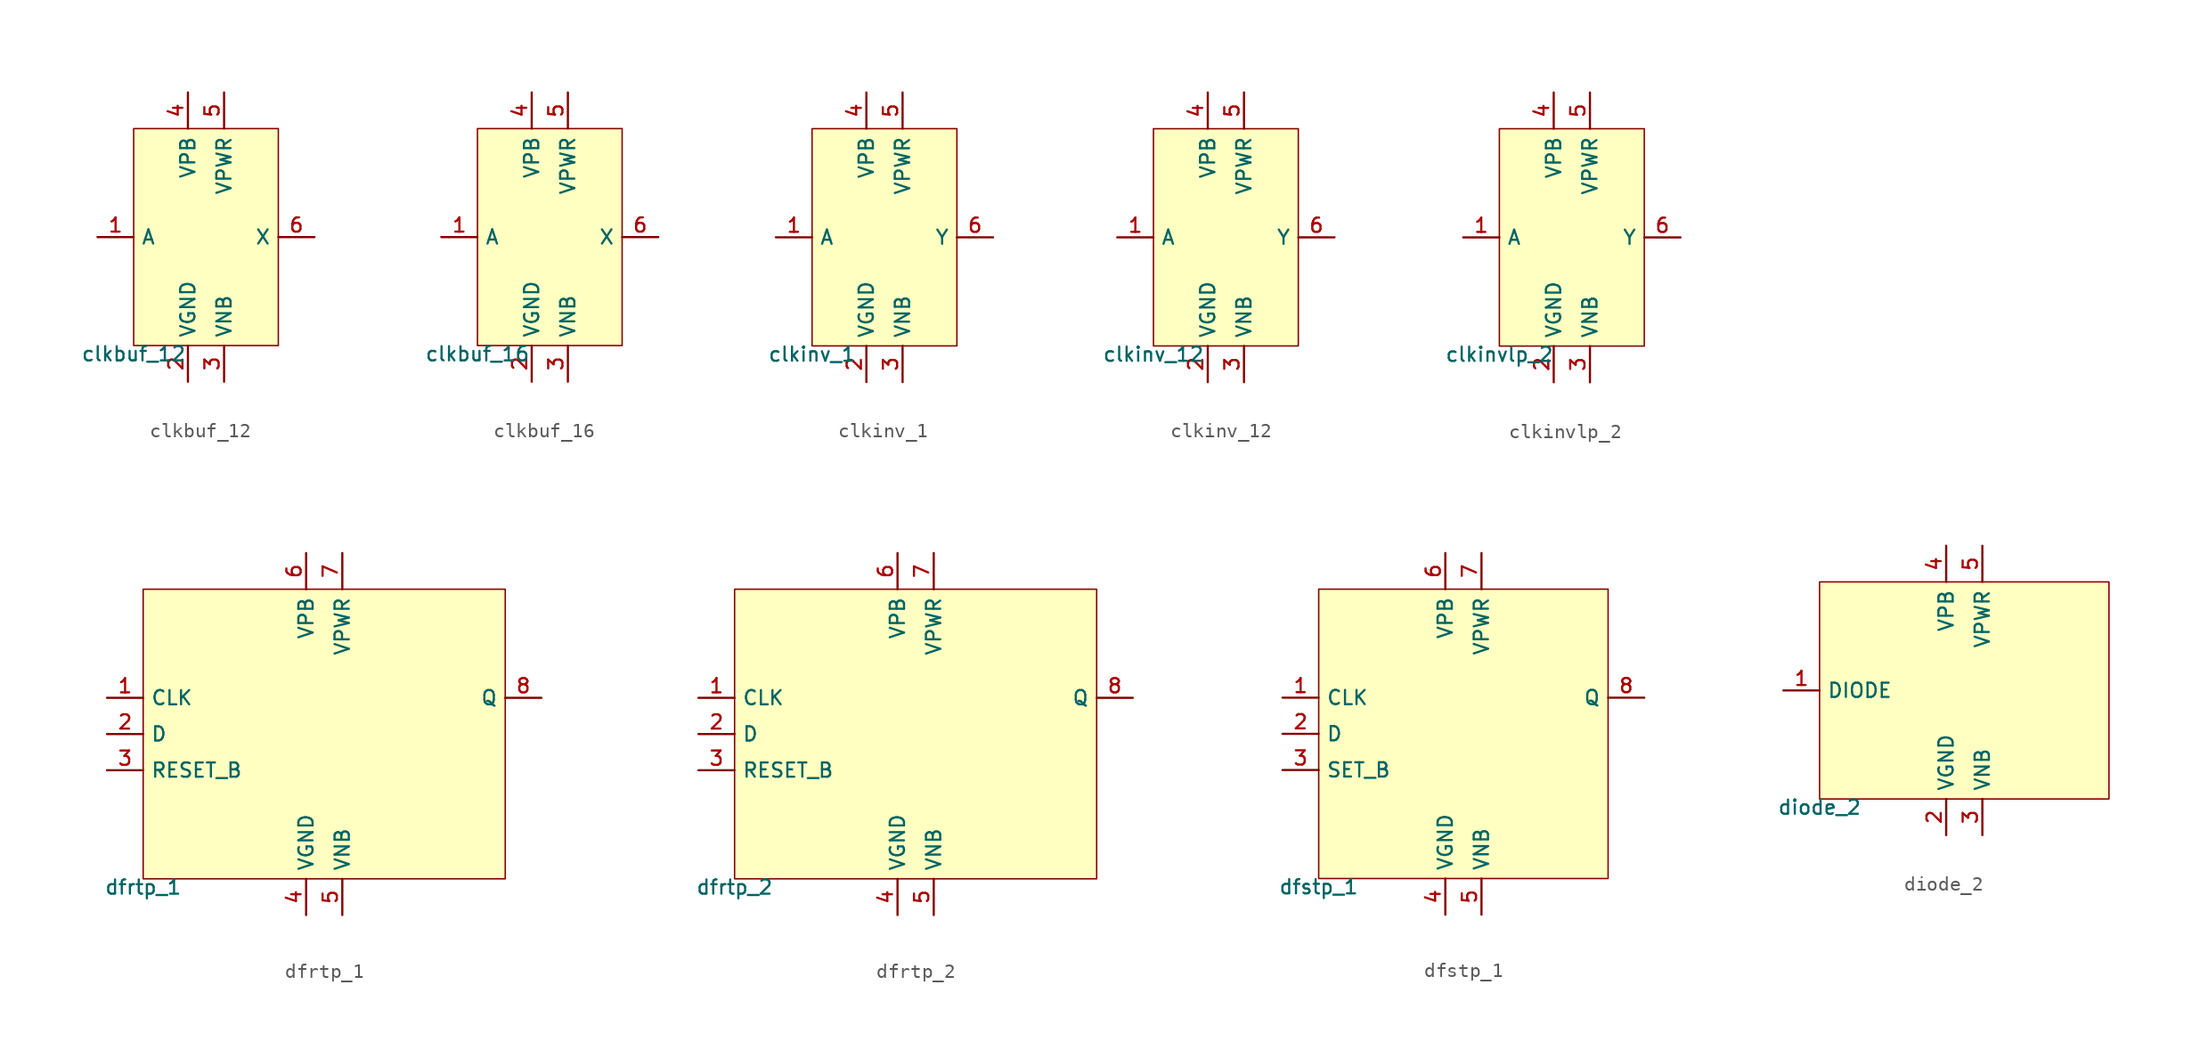
<source format=kicad_sym>
(kicad_symbol_lib
  (version 20211014)
  (generator pdk2kicad)
  (symbol "clkbuf_12"
    (property "Reference" "X"
      (at 0 0 0)
      (effects (font (size 1 1)) hide))
    (property "Value" "clkbuf_12"
      (at -5.08 -7.62 0)
      (effects (font (size 1 1)) (justify top)))
    (rectangle
      (start -5.08 -7.62)
      (end 5.08 7.62)
      (stroke (width 0.1) (type solid) (color 0 0 0 0))
      (fill (type background)))
    (pin input line
      (at -7.62 0.0 0)
      (length 2.54)
      (name "A" (effects (font (size 1 1)) hide))
      (number "1" (effects (font (size 1 1)) hide)))
    (pin power_in line
      (at -1.27 -10.16 90)
      (length 2.54)
      (name "VGND" (effects (font (size 1 1)) hide))
      (number "2" (effects (font (size 1 1)) hide)))
    (pin power_in line
      (at 1.27 -10.16 90)
      (length 2.54)
      (name "VNB" (effects (font (size 1 1)) hide))
      (number "3" (effects (font (size 1 1)) hide)))
    (pin power_in line
      (at -1.27 10.16 270)
      (length 2.54)
      (name "VPB" (effects (font (size 1 1)) hide))
      (number "4" (effects (font (size 1 1)) hide)))
    (pin power_in line
      (at 1.27 10.16 270)
      (length 2.54)
      (name "VPWR" (effects (font (size 1 1)) hide))
      (number "5" (effects (font (size 1 1)) hide)))
    (pin output line
      (at 7.62 0.0 180)
      (length 2.54)
      (name "X" (effects (font (size 1 1)) hide))
      (number "6" (effects (font (size 1 1)) hide))))
  (symbol "clkbuf_16"
    (property "Reference" "X"
      (at 0 0 0)
      (effects (font (size 1 1)) hide))
    (property "Value" "clkbuf_16"
      (at -5.08 -7.62 0)
      (effects (font (size 1 1)) (justify top)))
    (rectangle
      (start -5.08 -7.62)
      (end 5.08 7.62)
      (stroke (width 0.1) (type solid) (color 0 0 0 0))
      (fill (type background)))
    (pin input line
      (at -7.62 0.0 0)
      (length 2.54)
      (name "A" (effects (font (size 1 1)) hide))
      (number "1" (effects (font (size 1 1)) hide)))
    (pin power_in line
      (at -1.27 -10.16 90)
      (length 2.54)
      (name "VGND" (effects (font (size 1 1)) hide))
      (number "2" (effects (font (size 1 1)) hide)))
    (pin power_in line
      (at 1.27 -10.16 90)
      (length 2.54)
      (name "VNB" (effects (font (size 1 1)) hide))
      (number "3" (effects (font (size 1 1)) hide)))
    (pin power_in line
      (at -1.27 10.16 270)
      (length 2.54)
      (name "VPB" (effects (font (size 1 1)) hide))
      (number "4" (effects (font (size 1 1)) hide)))
    (pin power_in line
      (at 1.27 10.16 270)
      (length 2.54)
      (name "VPWR" (effects (font (size 1 1)) hide))
      (number "5" (effects (font (size 1 1)) hide)))
    (pin output line
      (at 7.62 0.0 180)
      (length 2.54)
      (name "X" (effects (font (size 1 1)) hide))
      (number "6" (effects (font (size 1 1)) hide))))
  (symbol "clkinv_1"
    (property "Reference" "X"
      (at 0 0 0)
      (effects (font (size 1 1)) hide))
    (property "Value" "clkinv_1"
      (at -5.08 -7.62 0)
      (effects (font (size 1 1)) (justify top)))
    (rectangle
      (start -5.08 -7.62)
      (end 5.08 7.62)
      (stroke (width 0.1) (type solid) (color 0 0 0 0))
      (fill (type background)))
    (pin input line
      (at -7.62 0.0 0)
      (length 2.54)
      (name "A" (effects (font (size 1 1)) hide))
      (number "1" (effects (font (size 1 1)) hide)))
    (pin power_in line
      (at -1.27 -10.16 90)
      (length 2.54)
      (name "VGND" (effects (font (size 1 1)) hide))
      (number "2" (effects (font (size 1 1)) hide)))
    (pin power_in line
      (at 1.27 -10.16 90)
      (length 2.54)
      (name "VNB" (effects (font (size 1 1)) hide))
      (number "3" (effects (font (size 1 1)) hide)))
    (pin power_in line
      (at -1.27 10.16 270)
      (length 2.54)
      (name "VPB" (effects (font (size 1 1)) hide))
      (number "4" (effects (font (size 1 1)) hide)))
    (pin power_in line
      (at 1.27 10.16 270)
      (length 2.54)
      (name "VPWR" (effects (font (size 1 1)) hide))
      (number "5" (effects (font (size 1 1)) hide)))
    (pin output line
      (at 7.62 0.0 180)
      (length 2.54)
      (name "Y" (effects (font (size 1 1)) hide))
      (number "6" (effects (font (size 1 1)) hide))))
  (symbol "clkinv_12"
    (property "Reference" "X"
      (at 0 0 0)
      (effects (font (size 1 1)) hide))
    (property "Value" "clkinv_12"
      (at -5.08 -7.62 0)
      (effects (font (size 1 1)) (justify top)))
    (rectangle
      (start -5.08 -7.62)
      (end 5.08 7.62)
      (stroke (width 0.1) (type solid) (color 0 0 0 0))
      (fill (type background)))
    (pin input line
      (at -7.62 0.0 0)
      (length 2.54)
      (name "A" (effects (font (size 1 1)) hide))
      (number "1" (effects (font (size 1 1)) hide)))
    (pin power_in line
      (at -1.27 -10.16 90)
      (length 2.54)
      (name "VGND" (effects (font (size 1 1)) hide))
      (number "2" (effects (font (size 1 1)) hide)))
    (pin power_in line
      (at 1.27 -10.16 90)
      (length 2.54)
      (name "VNB" (effects (font (size 1 1)) hide))
      (number "3" (effects (font (size 1 1)) hide)))
    (pin power_in line
      (at -1.27 10.16 270)
      (length 2.54)
      (name "VPB" (effects (font (size 1 1)) hide))
      (number "4" (effects (font (size 1 1)) hide)))
    (pin power_in line
      (at 1.27 10.16 270)
      (length 2.54)
      (name "VPWR" (effects (font (size 1 1)) hide))
      (number "5" (effects (font (size 1 1)) hide)))
    (pin output line
      (at 7.62 0.0 180)
      (length 2.54)
      (name "Y" (effects (font (size 1 1)) hide))
      (number "6" (effects (font (size 1 1)) hide))))
  (symbol "clkinvlp_2"
    (property "Reference" "X"
      (at 0 0 0)
      (effects (font (size 1 1)) hide))
    (property "Value" "clkinvlp_2"
      (at -5.08 -7.62 0)
      (effects (font (size 1 1)) (justify top)))
    (rectangle
      (start -5.08 -7.62)
      (end 5.08 7.62)
      (stroke (width 0.1) (type solid) (color 0 0 0 0))
      (fill (type background)))
    (pin input line
      (at -7.62 0.0 0)
      (length 2.54)
      (name "A" (effects (font (size 1 1)) hide))
      (number "1" (effects (font (size 1 1)) hide)))
    (pin power_in line
      (at -1.27 -10.16 90)
      (length 2.54)
      (name "VGND" (effects (font (size 1 1)) hide))
      (number "2" (effects (font (size 1 1)) hide)))
    (pin power_in line
      (at 1.27 -10.16 90)
      (length 2.54)
      (name "VNB" (effects (font (size 1 1)) hide))
      (number "3" (effects (font (size 1 1)) hide)))
    (pin power_in line
      (at -1.27 10.16 270)
      (length 2.54)
      (name "VPB" (effects (font (size 1 1)) hide))
      (number "4" (effects (font (size 1 1)) hide)))
    (pin power_in line
      (at 1.27 10.16 270)
      (length 2.54)
      (name "VPWR" (effects (font (size 1 1)) hide))
      (number "5" (effects (font (size 1 1)) hide)))
    (pin output line
      (at 7.62 0.0 180)
      (length 2.54)
      (name "Y" (effects (font (size 1 1)) hide))
      (number "6" (effects (font (size 1 1)) hide))))
  (symbol "dfrtp_1"
    (property "Reference" "X"
      (at 0 0 0)
      (effects (font (size 1 1)) hide))
    (property "Value" "dfrtp_1"
      (at -12.7 -10.16 0)
      (effects (font (size 1 1)) (justify top)))
    (rectangle
      (start -12.7 -10.16)
      (end 12.7 10.16)
      (stroke (width 0.1) (type solid) (color 0 0 0 0))
      (fill (type background)))
    (pin input line
      (at -15.24 2.54 0)
      (length 2.54)
      (name "CLK" (effects (font (size 1 1)) hide))
      (number "1" (effects (font (size 1 1)) hide)))
    (pin input line
      (at -15.24 0.0 0)
      (length 2.54)
      (name "D" (effects (font (size 1 1)) hide))
      (number "2" (effects (font (size 1 1)) hide)))
    (pin input line
      (at -15.24 -2.54 0)
      (length 2.54)
      (name "RESET_B" (effects (font (size 1 1)) hide))
      (number "3" (effects (font (size 1 1)) hide)))
    (pin power_in line
      (at -1.27 -12.7 90)
      (length 2.54)
      (name "VGND" (effects (font (size 1 1)) hide))
      (number "4" (effects (font (size 1 1)) hide)))
    (pin power_in line
      (at 1.27 -12.7 90)
      (length 2.54)
      (name "VNB" (effects (font (size 1 1)) hide))
      (number "5" (effects (font (size 1 1)) hide)))
    (pin power_in line
      (at -1.27 12.7 270)
      (length 2.54)
      (name "VPB" (effects (font (size 1 1)) hide))
      (number "6" (effects (font (size 1 1)) hide)))
    (pin power_in line
      (at 1.27 12.7 270)
      (length 2.54)
      (name "VPWR" (effects (font (size 1 1)) hide))
      (number "7" (effects (font (size 1 1)) hide)))
    (pin output line
      (at 15.24 2.54 180)
      (length 2.54)
      (name "Q" (effects (font (size 1 1)) hide))
      (number "8" (effects (font (size 1 1)) hide))))
  (symbol "dfrtp_2"
    (property "Reference" "X"
      (at 0 0 0)
      (effects (font (size 1 1)) hide))
    (property "Value" "dfrtp_2"
      (at -12.7 -10.16 0)
      (effects (font (size 1 1)) (justify top)))
    (rectangle
      (start -12.7 -10.16)
      (end 12.7 10.16)
      (stroke (width 0.1) (type solid) (color 0 0 0 0))
      (fill (type background)))
    (pin input line
      (at -15.24 2.54 0)
      (length 2.54)
      (name "CLK" (effects (font (size 1 1)) hide))
      (number "1" (effects (font (size 1 1)) hide)))
    (pin input line
      (at -15.24 0.0 0)
      (length 2.54)
      (name "D" (effects (font (size 1 1)) hide))
      (number "2" (effects (font (size 1 1)) hide)))
    (pin input line
      (at -15.24 -2.54 0)
      (length 2.54)
      (name "RESET_B" (effects (font (size 1 1)) hide))
      (number "3" (effects (font (size 1 1)) hide)))
    (pin power_in line
      (at -1.27 -12.7 90)
      (length 2.54)
      (name "VGND" (effects (font (size 1 1)) hide))
      (number "4" (effects (font (size 1 1)) hide)))
    (pin power_in line
      (at 1.27 -12.7 90)
      (length 2.54)
      (name "VNB" (effects (font (size 1 1)) hide))
      (number "5" (effects (font (size 1 1)) hide)))
    (pin power_in line
      (at -1.27 12.7 270)
      (length 2.54)
      (name "VPB" (effects (font (size 1 1)) hide))
      (number "6" (effects (font (size 1 1)) hide)))
    (pin power_in line
      (at 1.27 12.7 270)
      (length 2.54)
      (name "VPWR" (effects (font (size 1 1)) hide))
      (number "7" (effects (font (size 1 1)) hide)))
    (pin output line
      (at 15.24 2.54 180)
      (length 2.54)
      (name "Q" (effects (font (size 1 1)) hide))
      (number "8" (effects (font (size 1 1)) hide))))
  (symbol "dfstp_1"
    (property "Reference" "X"
      (at 0 0 0)
      (effects (font (size 1 1)) hide))
    (property "Value" "dfstp_1"
      (at -10.16 -10.16 0)
      (effects (font (size 1 1)) (justify top)))
    (rectangle
      (start -10.16 -10.16)
      (end 10.16 10.16)
      (stroke (width 0.1) (type solid) (color 0 0 0 0))
      (fill (type background)))
    (pin input line
      (at -12.7 2.54 0)
      (length 2.54)
      (name "CLK" (effects (font (size 1 1)) hide))
      (number "1" (effects (font (size 1 1)) hide)))
    (pin input line
      (at -12.7 0.0 0)
      (length 2.54)
      (name "D" (effects (font (size 1 1)) hide))
      (number "2" (effects (font (size 1 1)) hide)))
    (pin input line
      (at -12.7 -2.54 0)
      (length 2.54)
      (name "SET_B" (effects (font (size 1 1)) hide))
      (number "3" (effects (font (size 1 1)) hide)))
    (pin power_in line
      (at -1.27 -12.7 90)
      (length 2.54)
      (name "VGND" (effects (font (size 1 1)) hide))
      (number "4" (effects (font (size 1 1)) hide)))
    (pin power_in line
      (at 1.27 -12.7 90)
      (length 2.54)
      (name "VNB" (effects (font (size 1 1)) hide))
      (number "5" (effects (font (size 1 1)) hide)))
    (pin power_in line
      (at -1.27 12.7 270)
      (length 2.54)
      (name "VPB" (effects (font (size 1 1)) hide))
      (number "6" (effects (font (size 1 1)) hide)))
    (pin power_in line
      (at 1.27 12.7 270)
      (length 2.54)
      (name "VPWR" (effects (font (size 1 1)) hide))
      (number "7" (effects (font (size 1 1)) hide)))
    (pin output line
      (at 12.7 2.54 180)
      (length 2.54)
      (name "Q" (effects (font (size 1 1)) hide))
      (number "8" (effects (font (size 1 1)) hide))))
  (symbol "diode_2"
    (property "Reference" "X"
      (at 0 0 0)
      (effects (font (size 1 1)) hide))
    (property "Value" "diode_2"
      (at -10.16 -7.62 0)
      (effects (font (size 1 1)) (justify top)))
    (rectangle
      (start -10.16 -7.62)
      (end 10.16 7.62)
      (stroke (width 0.1) (type solid) (color 0 0 0 0))
      (fill (type background)))
    (pin input line
      (at -12.7 0.0 0)
      (length 2.54)
      (name "DIODE" (effects (font (size 1 1)) hide))
      (number "1" (effects (font (size 1 1)) hide)))
    (pin power_in line
      (at -1.27 -10.16 90)
      (length 2.54)
      (name "VGND" (effects (font (size 1 1)) hide))
      (number "2" (effects (font (size 1 1)) hide)))
    (pin power_in line
      (at 1.27 -10.16 90)
      (length 2.54)
      (name "VNB" (effects (font (size 1 1)) hide))
      (number "3" (effects (font (size 1 1)) hide)))
    (pin power_in line
      (at -1.27 10.16 270)
      (length 2.54)
      (name "VPB" (effects (font (size 1 1)) hide))
      (number "4" (effects (font (size 1 1)) hide)))
    (pin power_in line
      (at 1.27 10.16 270)
      (length 2.54)
      (name "VPWR" (effects (font (size 1 1)) hide))
      (number "5" (effects (font (size 1 1)) hide)))))
</source>
